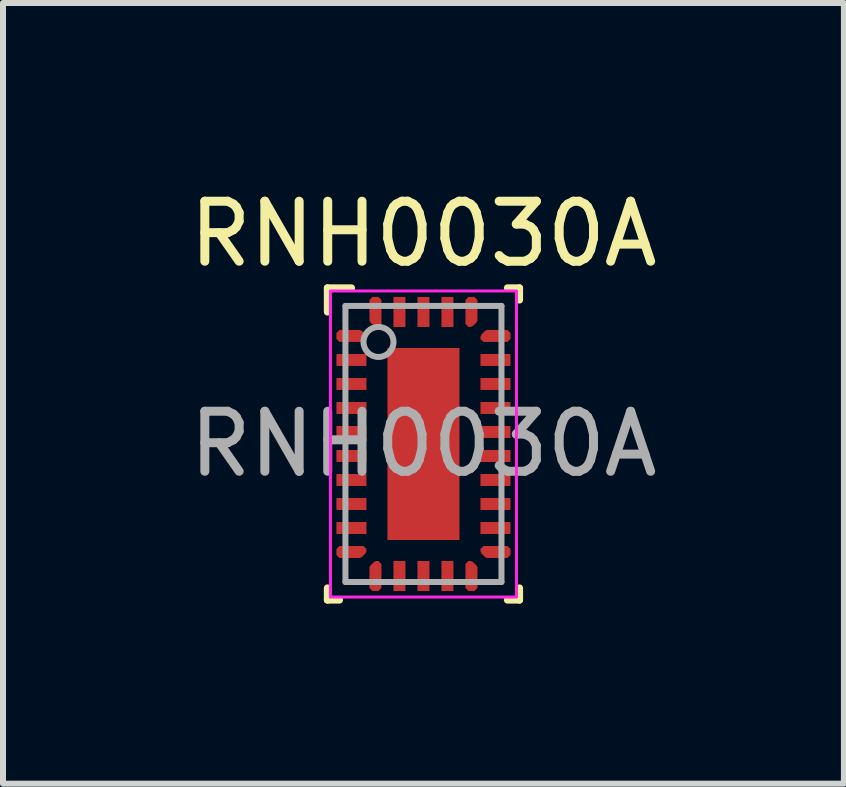
<source format=kicad_pcb>
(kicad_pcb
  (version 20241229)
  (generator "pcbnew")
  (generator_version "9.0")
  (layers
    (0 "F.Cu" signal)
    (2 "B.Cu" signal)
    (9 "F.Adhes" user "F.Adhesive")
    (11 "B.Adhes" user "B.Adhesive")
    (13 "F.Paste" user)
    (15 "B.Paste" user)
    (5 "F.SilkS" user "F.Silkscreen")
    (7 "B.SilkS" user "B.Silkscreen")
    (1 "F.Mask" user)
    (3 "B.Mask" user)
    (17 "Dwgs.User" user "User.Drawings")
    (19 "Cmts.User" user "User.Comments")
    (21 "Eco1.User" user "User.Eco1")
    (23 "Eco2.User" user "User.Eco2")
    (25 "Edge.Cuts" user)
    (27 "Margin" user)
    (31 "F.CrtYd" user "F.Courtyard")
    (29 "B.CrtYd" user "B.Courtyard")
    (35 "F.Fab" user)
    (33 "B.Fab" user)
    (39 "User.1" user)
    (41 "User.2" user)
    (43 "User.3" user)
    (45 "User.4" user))
  (footprint "RNH0030A"
    (layer "F.Cu")
    (at 4.006 4.348)
    (property "Reference" "RNH0030A" (at 0 -3.5 0) (unlocked yes) (layer "F.SilkS") (effects (font (size 1 1) (thickness 0.15))))
    (attr smd)
    (fp_poly (pts (xy -0.929 -1.859) (xy -0.923 -1.851) (xy -0.918 -1.842) (xy -0.904 -1.807) (xy -0.901 -1.798) (xy -0.9 -1.788) (xy -0.9 -1.75) (xy -0.901 -1.74) (xy -0.904 -1.731) (xy -0.908 -1.722) (xy -0.915 -1.715) (xy -0.965 -1.665) (xy -0.972 -1.658) (xy -0.981 -1.654) (xy -0.99 -1.651) (xy -1 -1.65) (xy -1.4 -1.65) (xy -1.41 -1.651) (xy -1.419 -1.654) (xy -1.428 -1.658) (xy -1.435 -1.665) (xy -1.485 -1.715) (xy -1.492 -1.722) (xy -1.496 -1.731) (xy -1.499 -1.74) (xy -1.5 -1.75) (xy -1.5 -1.85) (xy -1.499 -1.86) (xy -1.496 -1.869) (xy -1.492 -1.878) (xy -1.485 -1.885) (xy -1.435 -1.935) (xy -1.428 -1.942) (xy -1.419 -1.946) (xy -1.41 -1.949) (xy -1.4 -1.95) (xy -1.062 -1.95) (xy -1.052 -1.949) (xy -1.043 -1.946) (xy -1.008 -1.932) (xy -0.999 -1.927) (xy -0.991 -1.921)) (stroke (width 0) (type solid)) (fill yes) (layer "F.Mask"))
    (fp_poly (pts (xy -0.929 1.859) (xy -0.991 1.921) (xy -0.999 1.927) (xy -1.008 1.932) (xy -1.043 1.946) (xy -1.052 1.949) (xy -1.062 1.95) (xy -1.4 1.95) (xy -1.41 1.949) (xy -1.419 1.946) (xy -1.428 1.942) (xy -1.435 1.935) (xy -1.485 1.885) (xy -1.492 1.878) (xy -1.496 1.869) (xy -1.499 1.86) (xy -1.5 1.85) (xy -1.5 1.75) (xy -1.499 1.74) (xy -1.496 1.731) (xy -1.492 1.722) (xy -1.485 1.715) (xy -1.435 1.665) (xy -1.428 1.658) (xy -1.419 1.654) (xy -1.41 1.651) (xy -1.4 1.65) (xy -1 1.65) (xy -0.99 1.651) (xy -0.981 1.654) (xy -0.972 1.658) (xy -0.965 1.665) (xy -0.915 1.715) (xy -0.908 1.722) (xy -0.904 1.731) (xy -0.901 1.74) (xy -0.9 1.75) (xy -0.9 1.788) (xy -0.901 1.798) (xy -0.904 1.807) (xy -0.918 1.842) (xy -0.923 1.851)) (stroke (width 0) (type solid)) (fill yes) (layer "F.Mask"))
    (fp_poly (pts (xy 0.929 -1.859) (xy 0.991 -1.921) (xy 0.999 -1.927) (xy 1.008 -1.932) (xy 1.043 -1.946) (xy 1.052 -1.949) (xy 1.062 -1.95) (xy 1.4 -1.95) (xy 1.41 -1.949) (xy 1.419 -1.946) (xy 1.428 -1.942) (xy 1.435 -1.935) (xy 1.485 -1.885) (xy 1.492 -1.878) (xy 1.496 -1.869) (xy 1.499 -1.86) (xy 1.5 -1.85) (xy 1.5 -1.75) (xy 1.499 -1.74) (xy 1.496 -1.731) (xy 1.492 -1.722) (xy 1.485 -1.715) (xy 1.435 -1.665) (xy 1.428 -1.658) (xy 1.419 -1.654) (xy 1.41 -1.651) (xy 1.4 -1.65) (xy 1 -1.65) (xy 0.99 -1.651) (xy 0.981 -1.654) (xy 0.972 -1.658) (xy 0.965 -1.665) (xy 0.915 -1.715) (xy 0.908 -1.722) (xy 0.904 -1.731) (xy 0.901 -1.74) (xy 0.9 -1.75) (xy 0.9 -1.788) (xy 0.901 -1.798) (xy 0.904 -1.807) (xy 0.918 -1.842) (xy 0.923 -1.851)) (stroke (width 0) (type solid)) (fill yes) (layer "F.Mask"))
    (fp_poly (pts (xy 0.929 1.859) (xy 0.923 1.851) (xy 0.918 1.842) (xy 0.904 1.807) (xy 0.901 1.798) (xy 0.9 1.788) (xy 0.9 1.75) (xy 0.901 1.74) (xy 0.904 1.731) (xy 0.908 1.722) (xy 0.915 1.715) (xy 0.965 1.665) (xy 0.972 1.658) (xy 0.981 1.654) (xy 0.99 1.651) (xy 1 1.65) (xy 1.4 1.65) (xy 1.41 1.651) (xy 1.419 1.654) (xy 1.428 1.658) (xy 1.435 1.665) (xy 1.485 1.715) (xy 1.492 1.722) (xy 1.496 1.731) (xy 1.499 1.74) (xy 1.5 1.75) (xy 1.5 1.85) (xy 1.499 1.86) (xy 1.496 1.869) (xy 1.492 1.878) (xy 1.485 1.885) (xy 1.435 1.935) (xy 1.428 1.942) (xy 1.419 1.946) (xy 1.41 1.949) (xy 1.4 1.95) (xy 1.062 1.95) (xy 1.052 1.949) (xy 1.043 1.946) (xy 1.008 1.932) (xy 0.999 1.927) (xy 0.991 1.921)) (stroke (width 0) (type solid)) (fill yes) (layer "F.Mask"))
    (fp_poly (pts (xy -0.665 -1.965) (xy -0.715 -1.915) (xy -0.722 -1.908) (xy -0.731 -1.904) (xy -0.74 -1.901) (xy -0.75 -1.9) (xy -0.788 -1.9) (xy -0.798 -1.901) (xy -0.807 -1.904) (xy -0.842 -1.918) (xy -0.851 -1.923) (xy -0.859 -1.929) (xy -0.921 -1.991) (xy -0.927 -1.999) (xy -0.932 -2.008) (xy -0.946 -2.043) (xy -0.949 -2.052) (xy -0.95 -2.062) (xy -0.95 -2.4) (xy -0.949 -2.41) (xy -0.946 -2.419) (xy -0.942 -2.428) (xy -0.935 -2.435) (xy -0.885 -2.485) (xy -0.878 -2.492) (xy -0.869 -2.496) (xy -0.86 -2.499) (xy -0.85 -2.5) (xy -0.75 -2.5) (xy -0.74 -2.499) (xy -0.731 -2.496) (xy -0.722 -2.492) (xy -0.715 -2.485) (xy -0.665 -2.435) (xy -0.658 -2.428) (xy -0.654 -2.419) (xy -0.651 -2.41) (xy -0.65 -2.4) (xy -0.65 -2) (xy -0.651 -1.99) (xy -0.654 -1.981) (xy -0.658 -1.972) (xy -0.665 -1.965)) (stroke (width 0) (type solid)) (fill yes) (layer "F.Mask"))
    (fp_poly (pts (xy -0.665 1.965) (xy -0.665 1.965) (xy -0.658 1.972) (xy -0.654 1.981) (xy -0.651 1.99) (xy -0.65 2) (xy -0.65 2.4) (xy -0.651 2.41) (xy -0.654 2.419) (xy -0.658 2.428) (xy -0.665 2.435) (xy -0.715 2.485) (xy -0.722 2.492) (xy -0.731 2.496) (xy -0.74 2.499) (xy -0.75 2.5) (xy -0.85 2.5) (xy -0.86 2.499) (xy -0.869 2.496) (xy -0.878 2.492) (xy -0.885 2.485) (xy -0.935 2.435) (xy -0.942 2.428) (xy -0.946 2.419) (xy -0.949 2.41) (xy -0.95 2.4) (xy -0.95 2.062) (xy -0.949 2.052) (xy -0.946 2.043) (xy -0.932 2.008) (xy -0.927 1.999) (xy -0.921 1.991) (xy -0.859 1.929) (xy -0.851 1.923) (xy -0.842 1.918) (xy -0.807 1.904) (xy -0.798 1.901) (xy -0.788 1.9) (xy -0.75 1.9) (xy -0.74 1.901) (xy -0.731 1.904) (xy -0.722 1.908) (xy -0.715 1.915)) (stroke (width 0) (type solid)) (fill yes) (layer "F.Mask"))
    (fp_poly (pts (xy 0.65 -2.4) (xy 0.651 -2.41) (xy 0.654 -2.419) (xy 0.658 -2.428) (xy 0.665 -2.435) (xy 0.715 -2.485) (xy 0.722 -2.492) (xy 0.731 -2.496) (xy 0.74 -2.499) (xy 0.75 -2.5) (xy 0.85 -2.5) (xy 0.86 -2.499) (xy 0.869 -2.496) (xy 0.878 -2.492) (xy 0.885 -2.485) (xy 0.935 -2.435) (xy 0.942 -2.428) (xy 0.946 -2.419) (xy 0.949 -2.41) (xy 0.95 -2.4) (xy 0.95 -2.062) (xy 0.949 -2.052) (xy 0.946 -2.043) (xy 0.932 -2.008) (xy 0.927 -1.999) (xy 0.921 -1.991) (xy 0.859 -1.929) (xy 0.851 -1.923) (xy 0.842 -1.918) (xy 0.807 -1.904) (xy 0.798 -1.901) (xy 0.788 -1.9) (xy 0.75 -1.9) (xy 0.74 -1.901) (xy 0.731 -1.904) (xy 0.722 -1.908) (xy 0.715 -1.915) (xy 0.665 -1.965) (xy 0.665 -1.965) (xy 0.658 -1.972) (xy 0.654 -1.981) (xy 0.651 -1.99) (xy 0.65 -2)) (stroke (width 0) (type solid)) (fill yes) (layer "F.Mask"))
    (fp_poly (pts (xy 0.65 2.4) (xy 0.65 2) (xy 0.651 1.99) (xy 0.654 1.981) (xy 0.658 1.972) (xy 0.665 1.965) (xy 0.665 1.965) (xy 0.715 1.915) (xy 0.722 1.908) (xy 0.731 1.904) (xy 0.74 1.901) (xy 0.75 1.9) (xy 0.788 1.9) (xy 0.798 1.901) (xy 0.807 1.904) (xy 0.842 1.918) (xy 0.851 1.923) (xy 0.859 1.929) (xy 0.921 1.991) (xy 0.927 1.999) (xy 0.932 2.008) (xy 0.946 2.043) (xy 0.949 2.052) (xy 0.95 2.062) (xy 0.95 2.4) (xy 0.949 2.41) (xy 0.946 2.419) (xy 0.942 2.428) (xy 0.935 2.435) (xy 0.885 2.485) (xy 0.878 2.492) (xy 0.869 2.496) (xy 0.86 2.499) (xy 0.85 2.5) (xy 0.75 2.5) (xy 0.74 2.499) (xy 0.731 2.496) (xy 0.722 2.492) (xy 0.715 2.485) (xy 0.665 2.435) (xy 0.658 2.428) (xy 0.654 2.419) (xy 0.651 2.41)) (stroke (width 0) (type solid)) (fill yes) (layer "F.Mask"))
    (fp_line (start -1.6 -2.6) (end -1.6 -2.2) (stroke (width 0.12) (type solid)) (layer "F.SilkS"))
    (fp_line (start -1.6 -2.6) (end -1.2 -2.6) (stroke (width 0.12) (type solid)) (layer "F.SilkS"))
    (fp_line (start -1.6 2.6) (end -1.6 2.4) (stroke (width 0.12) (type solid)) (layer "F.SilkS"))
    (fp_line (start -1.6 2.6) (end -1.4 2.6) (stroke (width 0.12) (type solid)) (layer "F.SilkS"))
    (fp_line (start 1.4 -2.6) (end 1.6 -2.6) (stroke (width 0.12) (type solid)) (layer "F.SilkS"))
    (fp_line (start 1.4 2.6) (end 1.6 2.6) (stroke (width 0.12) (type solid)) (layer "F.SilkS"))
    (fp_line (start 1.6 -2.4) (end 1.6 -2.6) (stroke (width 0.12) (type solid)) (layer "F.SilkS"))
    (fp_line (start 1.6 2.4) (end 1.6 2.6) (stroke (width 0.12) (type solid)) (layer "F.SilkS"))
    (fp_poly (pts (xy -0.965 -1.823) (xy -0.95 -1.788) (xy -0.95 -1.75) (xy -1 -1.7) (xy -1.4 -1.7) (xy -1.45 -1.75) (xy -1.45 -1.85) (xy -1.4 -1.9) (xy -1.062 -1.9) (xy -1.027 -1.885)) (stroke (width 0) (type solid)) (fill yes) (layer "F.Paste"))
    (fp_poly (pts (xy -0.965 1.823) (xy -1.027 1.885) (xy -1.062 1.9) (xy -1.4 1.9) (xy -1.45 1.85) (xy -1.45 1.75) (xy -1.4 1.7) (xy -1 1.7) (xy -0.95 1.75) (xy -0.95 1.788)) (stroke (width 0) (type solid)) (fill yes) (layer "F.Paste"))
    (fp_poly (pts (xy 0.965 -1.823) (xy 1.027 -1.885) (xy 1.062 -1.9) (xy 1.4 -1.9) (xy 1.45 -1.85) (xy 1.45 -1.75) (xy 1.4 -1.7) (xy 1 -1.7) (xy 0.95 -1.75) (xy 0.95 -1.788)) (stroke (width 0) (type solid)) (fill yes) (layer "F.Paste"))
    (fp_poly (pts (xy 0.965 1.823) (xy 0.95 1.788) (xy 0.95 1.75) (xy 1 1.7) (xy 1.4 1.7) (xy 1.45 1.75) (xy 1.45 1.85) (xy 1.4 1.9) (xy 1.062 1.9) (xy 1.027 1.885)) (stroke (width 0) (type solid)) (fill yes) (layer "F.Paste"))
    (fp_poly (pts (xy -0.7 -2.4) (xy -0.7 -2) (xy -0.7 -2) (xy -0.75 -1.95) (xy -0.788 -1.95) (xy -0.823 -1.965) (xy -0.823 -1.965) (xy -0.885 -2.027) (xy -0.9 -2.062) (xy -0.9 -2.4) (xy -0.85 -2.45) (xy -0.75 -2.45)) (stroke (width 0) (type solid)) (fill yes) (layer "F.Paste"))
    (fp_poly (pts (xy -0.7 2.4) (xy -0.75 2.45) (xy -0.85 2.45) (xy -0.9 2.4) (xy -0.9 2.062) (xy -0.885 2.027) (xy -0.823 1.965) (xy -0.823 1.965) (xy -0.788 1.95) (xy -0.75 1.95) (xy -0.7 2) (xy -0.7 2)) (stroke (width 0) (type solid)) (fill yes) (layer "F.Paste"))
    (fp_poly (pts (xy 0.7 -2.4) (xy 0.75 -2.45) (xy 0.85 -2.45) (xy 0.9 -2.4) (xy 0.9 -2.062) (xy 0.885 -2.027) (xy 0.823 -1.965) (xy 0.823 -1.965) (xy 0.788 -1.95) (xy 0.75 -1.95) (xy 0.7 -2) (xy 0.7 -2)) (stroke (width 0) (type solid)) (fill yes) (layer "F.Paste"))
    (fp_poly (pts (xy 0.7 2.4) (xy 0.7 2) (xy 0.7 2) (xy 0.75 1.95) (xy 0.788 1.95) (xy 0.823 1.965) (xy 0.823 1.965) (xy 0.885 2.027) (xy 0.9 2.062) (xy 0.9 2.4) (xy 0.85 2.45) (xy 0.75 2.45)) (stroke (width 0) (type solid)) (fill yes) (layer "F.Paste"))
    (fp_poly (pts (xy -0.565 -0.151) (xy -0.565 -1.439) (xy -0.564 -1.449) (xy -0.561 -1.459) (xy -0.556 -1.467) (xy -0.55 -1.475) (xy -0.542 -1.481) (xy -0.534 -1.486) (xy -0.524 -1.489) (xy -0.514 -1.49) (xy 0.514 -1.49) (xy 0.524 -1.489) (xy 0.534 -1.486) (xy 0.542 -1.481) (xy 0.55 -1.475) (xy 0.556 -1.467) (xy 0.561 -1.459) (xy 0.564 -1.449) (xy 0.565 -1.439) (xy 0.565 -0.151) (xy 0.564 -0.141) (xy 0.561 -0.131) (xy 0.556 -0.123) (xy 0.55 -0.115) (xy 0.542 -0.109) (xy 0.534 -0.104) (xy 0.524 -0.101) (xy 0.514 -0.1) (xy -0.514 -0.1) (xy -0.524 -0.101) (xy -0.534 -0.104) (xy -0.542 -0.109) (xy -0.55 -0.115) (xy -0.556 -0.123) (xy -0.561 -0.131) (xy -0.564 -0.141)) (stroke (width 0) (type solid)) (fill yes) (layer "F.Paste"))
    (fp_poly (pts (xy -0.565 1.439) (xy -0.565 0.151) (xy -0.564 0.141) (xy -0.561 0.131) (xy -0.556 0.123) (xy -0.55 0.115) (xy -0.542 0.109) (xy -0.534 0.104) (xy -0.524 0.101) (xy -0.514 0.1) (xy 0.514 0.1) (xy 0.524 0.101) (xy 0.534 0.104) (xy 0.542 0.109) (xy 0.55 0.115) (xy 0.556 0.123) (xy 0.561 0.131) (xy 0.564 0.141) (xy 0.565 0.151) (xy 0.565 1.439) (xy 0.564 1.449) (xy 0.561 1.459) (xy 0.556 1.467) (xy 0.55 1.475) (xy 0.542 1.481) (xy 0.534 1.486) (xy 0.524 1.489) (xy 0.514 1.49) (xy -0.514 1.49) (xy -0.524 1.489) (xy -0.534 1.486) (xy -0.542 1.481) (xy -0.55 1.475) (xy -0.556 1.467) (xy -0.561 1.459) (xy -0.564 1.449)) (stroke (width 0) (type solid)) (fill yes) (layer "F.Paste"))
    (fp_rect (start -1.55 -2.55) (end 1.55 2.55) (stroke (width 0.05) (type default)) (fill no) (layer "F.CrtYd"))
    (fp_line (start -1.3 -2.3) (end 1.3 -2.3) (stroke (width 0.1) (type solid)) (layer "F.Fab"))
    (fp_line (start -1.3 2.3) (end -1.3 -2.3) (stroke (width 0.1) (type solid)) (layer "F.Fab"))
    (fp_line (start -1.3 2.3) (end 1.3 2.3) (stroke (width 0.1) (type solid)) (layer "F.Fab"))
    (fp_line (start 1.3 2.3) (end 1.3 -2.3) (stroke (width 0.1) (type solid)) (layer "F.Fab"))
    (fp_circle (center -0.749 -1.7) (end -0.499 -1.7) (stroke (width 0.1) (type solid)) (fill no) (layer "F.Fab"))
    (fp_text user "${REFERENCE}" (at 0 0 0) (unlocked yes) (layer "F.Fab") (effects (font (size 1 1) (thickness 0.15))))
    (pad "1" smd custom (at -1.2 -1.8) (size 0.3 0.2) (layers "F.Cu") (options (anchor rect)) (primitives (gr_poly (pts (xy 0.235 -0.023) (xy 0.25 0.012) (xy 0.25 0.05) (xy 0.2 0.1) (xy -0.2 0.1) (xy -0.25 0.05) (xy -0.25 -0.05) (xy -0.2 -0.1) (xy 0.138 -0.1) (xy 0.173 -0.085)) (width 0) (fill yes))))
    (pad "2" smd rect (at -1.2 -1.4) (size 0.5 0.2) (layers "F.Cu" "F.Mask" "F.Paste"))
    (pad "3" smd rect (at -1.2 -1) (size 0.5 0.2) (layers "F.Cu" "F.Mask" "F.Paste"))
    (pad "4" smd rect (at -1.2 -0.6) (size 0.5 0.2) (layers "F.Cu" "F.Mask" "F.Paste"))
    (pad "5" smd rect (at -1.2 -0.2) (size 0.5 0.2) (layers "F.Cu" "F.Mask" "F.Paste"))
    (pad "6" smd rect (at -1.2 0.2) (size 0.5 0.2) (layers "F.Cu" "F.Mask" "F.Paste"))
    (pad "7" smd rect (at -1.2 0.6) (size 0.5 0.2) (layers "F.Cu" "F.Mask" "F.Paste"))
    (pad "8" smd rect (at -1.2 1) (size 0.5 0.2) (layers "F.Cu" "F.Mask" "F.Paste"))
    (pad "9" smd rect (at -1.2 1.4) (size 0.5 0.2) (layers "F.Cu" "F.Mask" "F.Paste"))
    (pad "10" smd custom (at -1.2 1.8) (size 0.3 0.2) (layers "F.Cu") (options (anchor rect)) (primitives (gr_poly (pts (xy 0.235 0.023) (xy 0.25 -0.012) (xy 0.25 -0.05) (xy 0.2 -0.1) (xy -0.2 -0.1) (xy -0.25 -0.05) (xy -0.25 0.05) (xy -0.2 0.1) (xy 0.138 0.1) (xy 0.173 0.085)) (width 0) (fill yes))))
    (pad "11" smd custom (at -0.8 2.2 90) (size 0.3 0.2) (layers "F.Cu") (options (anchor rect)) (primitives (gr_poly (pts (xy -0.2 0.1) (xy -0.25 0.05) (xy -0.25 -0.05) (xy -0.2 -0.1) (xy 0.138 -0.1) (xy 0.173 -0.085) (xy 0.235 -0.023) (xy 0.235 -0.023) (xy 0.25 0.012) (xy 0.25 0.05) (xy 0.2 0.1) (xy 0.2 0.1)) (width 0) (fill yes))))
    (pad "12" smd rect (at -0.4 2.2 90) (size 0.5 0.2) (layers "F.Cu" "F.Mask" "F.Paste"))
    (pad "13" smd rect (at 0 2.2 90) (size 0.5 0.2) (layers "F.Cu" "F.Mask" "F.Paste"))
    (pad "14" smd rect (at 0.4 2.2 90) (size 0.5 0.2) (layers "F.Cu" "F.Mask" "F.Paste"))
    (pad "15" smd custom (at 0.8 2.2 90) (size 0.3 0.2) (layers "F.Cu") (options (anchor rect)) (primitives (gr_poly (pts (xy -0.2 -0.1) (xy -0.25 -0.05) (xy -0.25 0.05) (xy -0.2 0.1) (xy 0.138 0.1) (xy 0.173 0.085) (xy 0.235 0.023) (xy 0.235 0.023) (xy 0.25 -0.012) (xy 0.25 -0.05) (xy 0.2 -0.1) (xy 0.2 -0.1)) (width 0) (fill yes))))
    (pad "16" smd custom (at 1.2 1.8) (size 0.3 0.2) (layers "F.Cu") (options (anchor rect)) (primitives (gr_poly (pts (xy -0.235 0.023) (xy -0.25 -0.012) (xy -0.25 -0.05) (xy -0.2 -0.1) (xy 0.2 -0.1) (xy 0.25 -0.05) (xy 0.25 0.05) (xy 0.2 0.1) (xy -0.138 0.1) (xy -0.173 0.085)) (width 0) (fill yes))))
    (pad "17" smd rect (at 1.2 1.4) (size 0.5 0.2) (layers "F.Cu" "F.Mask" "F.Paste"))
    (pad "18" smd rect (at 1.2 1) (size 0.5 0.2) (layers "F.Cu" "F.Mask" "F.Paste"))
    (pad "19" smd rect (at 1.2 0.6) (size 0.5 0.2) (layers "F.Cu" "F.Mask" "F.Paste"))
    (pad "20" smd rect (at 1.2 0.2) (size 0.5 0.2) (layers "F.Cu" "F.Mask" "F.Paste"))
    (pad "21" smd rect (at 1.2 -0.2) (size 0.5 0.2) (layers "F.Cu" "F.Mask" "F.Paste"))
    (pad "22" smd rect (at 1.2 -0.6) (size 0.5 0.2) (layers "F.Cu" "F.Mask" "F.Paste"))
    (pad "23" smd rect (at 1.2 -1) (size 0.5 0.2) (layers "F.Cu" "F.Mask" "F.Paste"))
    (pad "24" smd rect (at 1.2 -1.4) (size 0.5 0.2) (layers "F.Cu" "F.Mask" "F.Paste"))
    (pad "25" smd custom (at 1.2 -1.8) (size 0.3 0.2) (layers "F.Cu") (options (anchor rect)) (primitives (gr_poly (pts (xy -0.235 -0.023) (xy -0.25 0.012) (xy -0.25 0.05) (xy -0.2 0.1) (xy 0.2 0.1) (xy 0.25 0.05) (xy 0.25 -0.05) (xy 0.2 -0.1) (xy -0.138 -0.1) (xy -0.173 -0.085)) (width 0) (fill yes))))
    (pad "26" smd custom (at 0.8 -2.2 90) (size 0.3 0.2) (layers "F.Cu") (options (anchor rect)) (primitives (gr_poly (pts (xy 0.2 -0.1) (xy 0.25 -0.05) (xy 0.25 0.05) (xy 0.2 0.1) (xy -0.138 0.1) (xy -0.173 0.085) (xy -0.235 0.023) (xy -0.235 0.023) (xy -0.25 -0.012) (xy -0.25 -0.05) (xy -0.2 -0.1) (xy -0.2 -0.1)) (width 0) (fill yes))))
    (pad "27" smd rect (at 0.4 -2.2 90) (size 0.5 0.2) (layers "F.Cu" "F.Mask" "F.Paste"))
    (pad "28" smd rect (at 0 -2.2 90) (size 0.5 0.2) (layers "F.Cu" "F.Mask" "F.Paste"))
    (pad "29" smd rect (at -0.4 -2.2 90) (size 0.5 0.2) (layers "F.Cu" "F.Mask" "F.Paste"))
    (pad "30" smd custom (at -0.8 -2.2 90) (size 0.3 0.2) (layers "F.Cu") (options (anchor rect)) (primitives (gr_poly (pts (xy 0.2 0.1) (xy 0.25 0.05) (xy 0.25 -0.05) (xy 0.2 -0.1) (xy -0.138 -0.1) (xy -0.173 -0.085) (xy -0.235 -0.023) (xy -0.235 -0.023) (xy -0.25 0.012) (xy -0.25 0.05) (xy -0.2 0.1) (xy -0.2 0.1)) (width 0) (fill yes))))
    (pad "31" smd rect (at 0 0) (size 1.2 3.2) (layers "F.Cu" "F.Mask")))
  (gr_rect
    (start -3 -3)
    (end 11.012 10.008)
    (stroke (width 0.1) (type default))
    (fill no)
    (layer "Edge.Cuts")))
</source>
